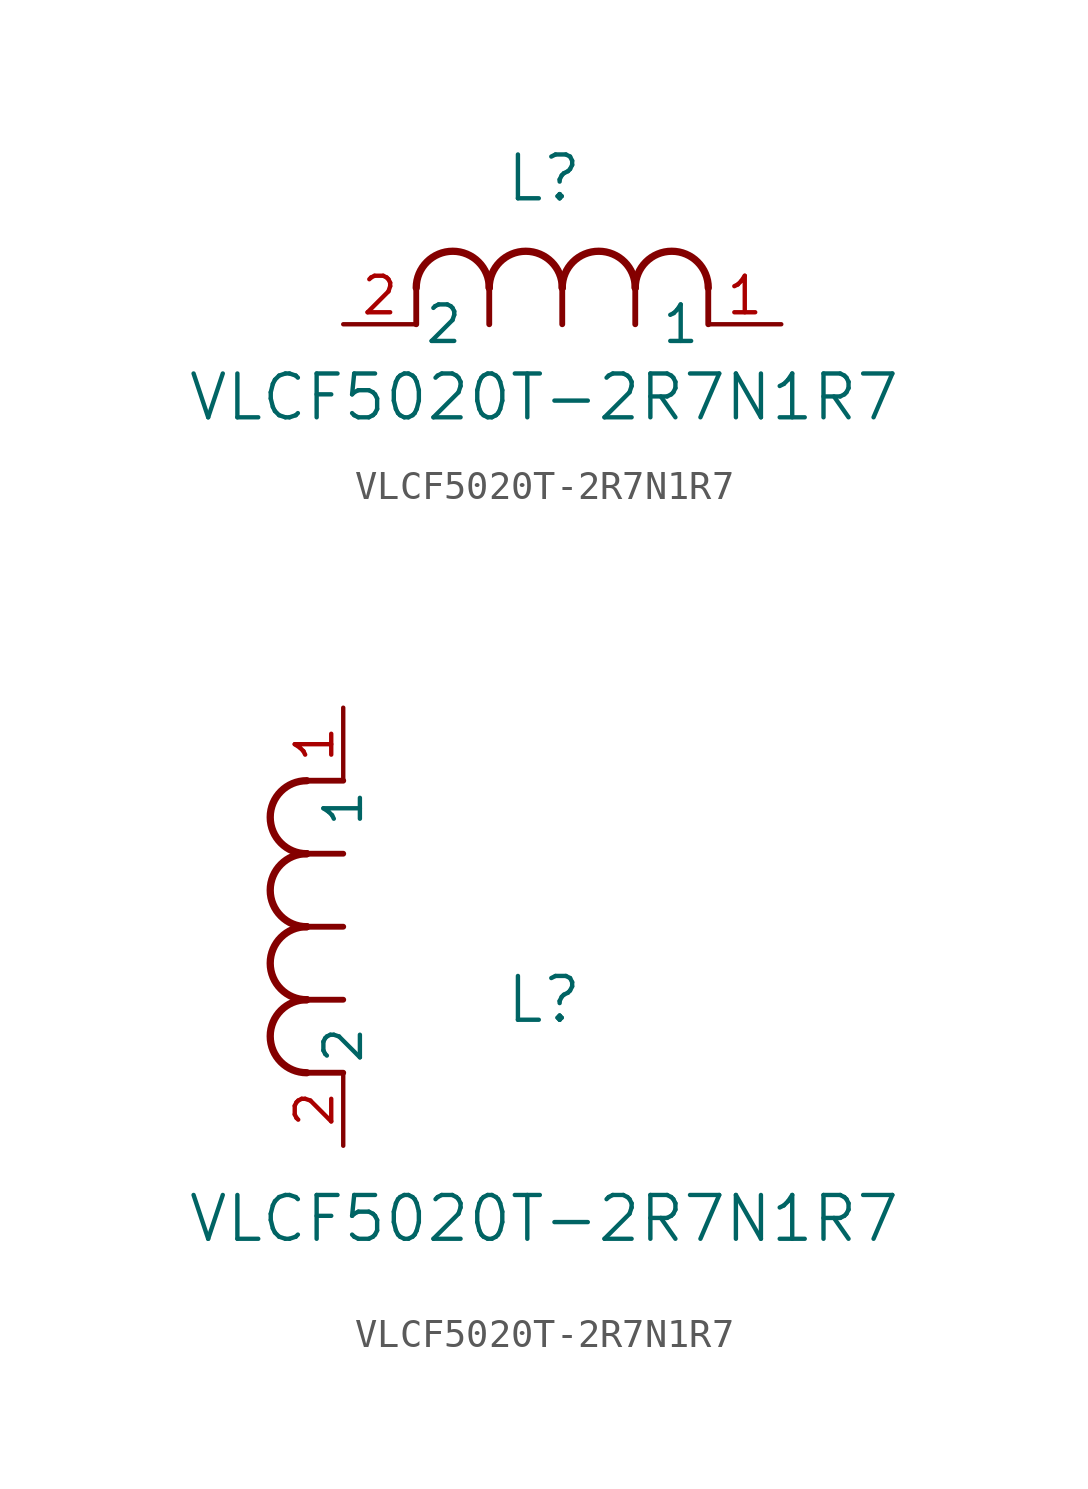
<source format=kicad_sym>
(kicad_symbol_lib
  (version 20211014)
  (generator kicad_symbol_editor)
  (symbol "VLCF5020T-2R7N1R7"
    (pin_names
      (offset 0.254))
    (property "Reference" "L"
      (at 6.985 5.08 0)
      (effects (font (size 1.524 1.524))))
    (property "Value" "VLCF5020T-2R7N1R7"
      (at 6.985 -2.54 0)
      (effects (font (size 1.524 1.524))))
    (symbol "VLCF5020T-2R7N1R7_1_1"
      (arc (start 7.62 1.27) (mid 6.35 2.54) (end 5.08 1.27) (stroke (width 0.254) (type default) (color 0 0 0 0)) (fill (type none)))
      (polyline (pts (xy 5.08 0) (xy 5.08 1.27)) (stroke (width 0.203) (type default) (color 0 0 0 0)) (fill (type none)))
      (polyline (pts (xy 7.62 0) (xy 7.62 1.27)) (stroke (width 0.203) (type default) (color 0 0 0 0)) (fill (type none)))
      (polyline (pts (xy 12.7 0) (xy 12.7 1.27)) (stroke (width 0.203) (type default) (color 0 0 0 0)) (fill (type none)))
      (arc (start 5.08 1.27) (mid 3.81 2.54) (end 2.54 1.27) (stroke (width 0.254) (type default) (color 0 0 0 0)) (fill (type none)))
      (arc (start 10.16 1.27) (mid 8.89 2.54) (end 7.62 1.27) (stroke (width 0.254) (type default) (color 0 0 0 0)) (fill (type none)))
      (arc (start 12.7 1.27) (mid 11.43 2.54) (end 10.16 1.27) (stroke (width 0.254) (type default) (color 0 0 0 0)) (fill (type none)))
      (polyline (pts (xy 2.54 0) (xy 2.54 1.27)) (stroke (width 0.203) (type default) (color 0 0 0 0)) (fill (type none)))
      (polyline (pts (xy 10.16 0) (xy 10.16 1.27)) (stroke (width 0.203) (type default) (color 0 0 0 0)) (fill (type none)))
      (pin unspecified line (at 0 0 0) (length 2.54) (name "2" (effects (font (size 1.27 1.27)))) (number "2" (effects (font (size 1.27 1.27)))))
      (pin unspecified line (at 15.24 0 180) (length 2.54) (name "1" (effects (font (size 1.27 1.27)))) (number "1" (effects (font (size 1.27 1.27))))))
    (symbol "VLCF5020T-2R7N1R7_1_2"
      (arc (start -1.27 7.62) (mid -2.54 6.35) (end -1.27 5.08) (stroke (width 0.254) (type default) (color 0 0 0 0)) (fill (type none)))
      (arc (start -1.27 5.08) (mid -2.54 3.81) (end -1.27 2.54) (stroke (width 0.254) (type default) (color 0 0 0 0)) (fill (type none)))
      (arc (start -1.27 12.7) (mid -2.54 11.43) (end -1.27 10.16) (stroke (width 0.254) (type default) (color 0 0 0 0)) (fill (type none)))
      (arc (start -1.27 10.16) (mid -2.54 8.89) (end -1.27 7.62) (stroke (width 0.254) (type default) (color 0 0 0 0)) (fill (type none)))
      (polyline (pts (xy 0 7.62) (xy -1.27 7.62)) (stroke (width 0.203) (type default) (color 0 0 0 0)) (fill (type none)))
      (polyline (pts (xy 0 5.08) (xy -1.27 5.08)) (stroke (width 0.203) (type default) (color 0 0 0 0)) (fill (type none)))
      (polyline (pts (xy 0 12.7) (xy -1.27 12.7)) (stroke (width 0.203) (type default) (color 0 0 0 0)) (fill (type none)))
      (polyline (pts (xy 0 2.54) (xy -1.27 2.54)) (stroke (width 0.203) (type default) (color 0 0 0 0)) (fill (type none)))
      (polyline (pts (xy 0 10.16) (xy -1.27 10.16)) (stroke (width 0.203) (type default) (color 0 0 0 0)) (fill (type none)))
      (pin unspecified line (at 0 0 90) (length 2.54) (name "2" (effects (font (size 1.27 1.27)))) (number "2" (effects (font (size 1.27 1.27)))))
      (pin unspecified line (at 0 15.24 270) (length 2.54) (name "1" (effects (font (size 1.27 1.27)))) (number "1" (effects (font (size 1.27 1.27))))))))
</source>
